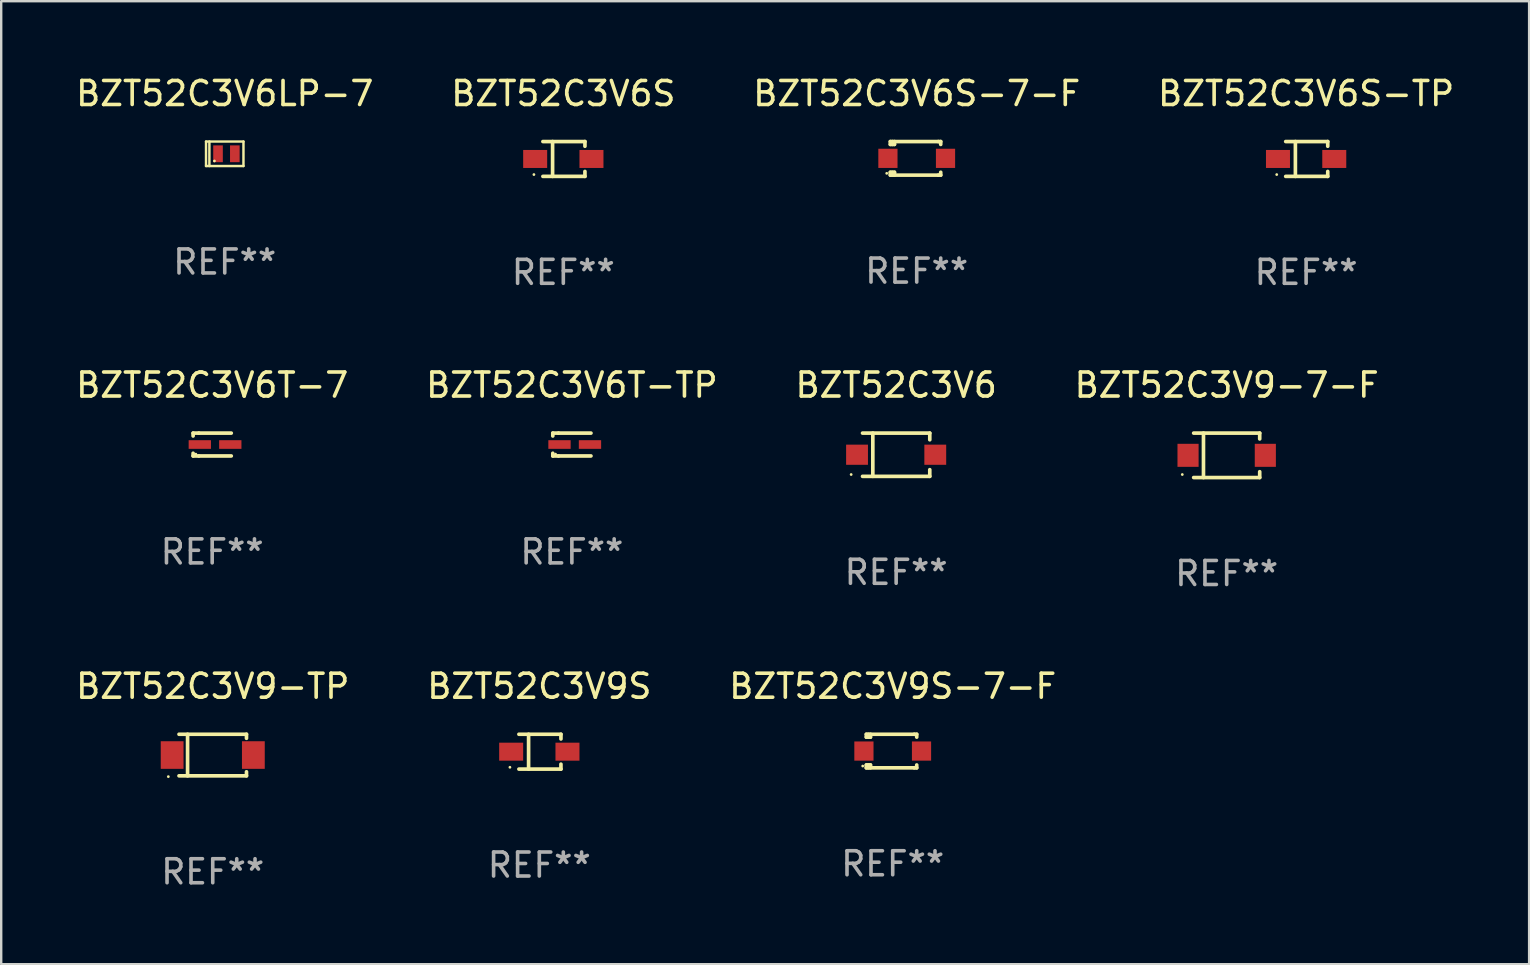
<source format=kicad_pcb>
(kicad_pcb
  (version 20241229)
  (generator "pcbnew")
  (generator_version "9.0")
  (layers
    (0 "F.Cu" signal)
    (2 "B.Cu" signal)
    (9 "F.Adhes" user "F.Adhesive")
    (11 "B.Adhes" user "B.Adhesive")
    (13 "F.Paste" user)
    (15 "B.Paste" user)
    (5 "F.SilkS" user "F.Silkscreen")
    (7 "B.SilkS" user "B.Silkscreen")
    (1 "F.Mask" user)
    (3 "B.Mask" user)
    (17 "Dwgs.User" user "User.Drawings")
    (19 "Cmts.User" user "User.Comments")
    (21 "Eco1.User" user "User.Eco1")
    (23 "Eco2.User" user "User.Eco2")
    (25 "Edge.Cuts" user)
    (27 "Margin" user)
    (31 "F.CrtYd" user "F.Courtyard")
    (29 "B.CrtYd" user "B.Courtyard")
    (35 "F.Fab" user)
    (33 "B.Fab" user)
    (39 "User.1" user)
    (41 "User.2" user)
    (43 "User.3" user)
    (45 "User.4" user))
  (footprint "BZT52C3V9S-7-F"
    (layer "F.Cu")
    (at 34.149 28.246)
    (property "Reference" "BZT52C3V9S-7-F" (at 0 -2.7 0) (layer "F.SilkS") (effects (font (size 1 1) (thickness 0.15))))
    (attr through_hole)
    (fp_line (start -1.1 -0.7) (end -1.1 -0.58) (stroke (width 0.152) (type solid)) (layer "F.SilkS"))
    (fp_line (start -1.1 0.58) (end -1.1 0.7) (stroke (width 0.152) (type solid)) (layer "F.SilkS"))
    (fp_line (start -1.1 0.58) (end -0.927 0.58) (stroke (width 0.152) (type solid)) (layer "F.SilkS"))
    (fp_line (start -1.1 0.7) (end 0.9 0.7) (stroke (width 0.152) (type solid)) (layer "F.SilkS"))
    (fp_line (start -1.014 -0.58) (end -1.014 -0.7) (stroke (width 0.152) (type solid)) (layer "F.SilkS"))
    (fp_line (start -1.014 0.7) (end -1.014 0.58) (stroke (width 0.152) (type solid)) (layer "F.SilkS"))
    (fp_line (start -0.927 -0.7) (end -0.927 -0.58) (stroke (width 0.152) (type solid)) (layer "F.SilkS"))
    (fp_line (start -0.927 -0.58) (end -1.1 -0.58) (stroke (width 0.152) (type solid)) (layer "F.SilkS"))
    (fp_line (start -0.927 0.58) (end -0.927 0.7) (stroke (width 0.152) (type solid)) (layer "F.SilkS"))
    (fp_line (start 0.9 -0.7) (end -1.1 -0.7) (stroke (width 0.152) (type solid)) (layer "F.SilkS"))
    (fp_line (start 0.9 0.7) (end 1 0.7) (stroke (width 0.152) (type solid)) (layer "F.SilkS"))
    (fp_line (start 1 -0.7) (end 0.9 -0.7) (stroke (width 0.152) (type solid)) (layer "F.SilkS"))
    (fp_line (start 1 -0.58) (end 1 -0.7) (stroke (width 0.152) (type solid)) (layer "F.SilkS"))
    (fp_line (start 1 0.7) (end 1 0.58) (stroke (width 0.152) (type solid)) (layer "F.SilkS"))
    (fp_circle (center -1.25 0.625) (end -1.22 0.625) (stroke (width 0.06) (type solid)) (fill no) (layer "F.SilkS"))
    (fp_text user "REF**" (at 0 4.7 0) (layer "F.Fab") (effects (font (size 1 1) (thickness 0.15))))
    (pad "1" smd rect (at -1.2 0) (size 0.8 0.8) (layers "F.Cu" "F.Mask" "F.Paste"))
    (pad "2" smd rect (at 1.2 0) (size 0.8 0.8) (layers "F.Cu" "F.Mask" "F.Paste")))
  (footprint "BZT52C3V6"
    (layer "F.Cu")
    (at 34.292 15.898)
    (property "Reference" "BZT52C3V6" (at 0 -2.901 0) (layer "F.SilkS") (effects (font (size 1 1) (thickness 0.15))))
    (attr through_hole)
    (fp_line (start -1.401 -0.901) (end 1.401 -0.901) (stroke (width 0.152) (type solid)) (layer "F.SilkS"))
    (fp_line (start -1.401 0.901) (end 1.401 0.901) (stroke (width 0.152) (type solid)) (layer "F.SilkS"))
    (fp_line (start -0.972 -0.901) (end -0.972 0.901) (stroke (width 0.152) (type solid)) (layer "F.SilkS"))
    (fp_line (start 1.401 -0.901) (end 1.401 -0.623) (stroke (width 0.152) (type solid)) (layer "F.SilkS"))
    (fp_line (start 1.401 0.901) (end 1.401 0.623) (stroke (width 0.152) (type solid)) (layer "F.SilkS"))
    (fp_circle (center -1.875 0.825) (end -1.845 0.825) (stroke (width 0.06) (type solid)) (fill no) (layer "F.SilkS"))
    (fp_text user "REF**" (at 0 4.901 0) (layer "F.Fab") (effects (font (size 1 1) (thickness 0.15))))
    (pad "1" smd rect (at -1.63 0 180) (size 0.91 0.84) (layers "F.Cu" "F.Mask" "F.Paste"))
    (pad "2" smd rect (at 1.63 0 180) (size 0.91 0.84) (layers "F.Cu" "F.Mask" "F.Paste")))
  (footprint "BZT52C3V9S"
    (layer "F.Cu")
    (at 19.423 28.272)
    (property "Reference" "BZT52C3V9S" (at 0 -2.726 0) (layer "F.SilkS") (effects (font (size 1 1) (thickness 0.15))))
    (attr through_hole)
    (fp_line (start -0.851 -0.726) (end 0.901 -0.726) (stroke (width 0.152) (type solid)) (layer "F.SilkS"))
    (fp_line (start -0.851 0.726) (end 0.901 0.726) (stroke (width 0.152) (type solid)) (layer "F.SilkS"))
    (fp_line (start -0.447 -0.726) (end -0.447 0.726) (stroke (width 0.152) (type solid)) (layer "F.SilkS"))
    (fp_line (start 0.901 -0.726) (end 0.901 -0.53) (stroke (width 0.152) (type solid)) (layer "F.SilkS"))
    (fp_line (start 0.901 0.726) (end 0.901 0.52) (stroke (width 0.152) (type solid)) (layer "F.SilkS"))
    (fp_circle (center -1.225 0.65) (end -1.195 0.65) (stroke (width 0.06) (type solid)) (fill no) (layer "F.SilkS"))
    (fp_text user "REF**" (at 0 4.726 0) (layer "F.Fab") (effects (font (size 1 1) (thickness 0.15))))
    (pad "1" smd rect (at -1.173 0) (size 1 0.75) (layers "F.Cu" "F.Mask" "F.Paste"))
    (pad "2" smd rect (at 1.173 0) (size 1 0.75) (layers "F.Cu" "F.Mask" "F.Paste")))
  (footprint "BZT52C3V6S"
    (layer "F.Cu")
    (at 20.423 3.574)
    (property "Reference" "BZT52C3V6S" (at 0 -2.726 0) (layer "F.SilkS") (effects (font (size 1 1) (thickness 0.15))))
    (attr through_hole)
    (fp_line (start -0.851 -0.726) (end 0.901 -0.726) (stroke (width 0.152) (type solid)) (layer "F.SilkS"))
    (fp_line (start -0.851 0.726) (end 0.901 0.726) (stroke (width 0.152) (type solid)) (layer "F.SilkS"))
    (fp_line (start -0.447 -0.726) (end -0.447 0.726) (stroke (width 0.152) (type solid)) (layer "F.SilkS"))
    (fp_line (start 0.901 -0.726) (end 0.901 -0.53) (stroke (width 0.152) (type solid)) (layer "F.SilkS"))
    (fp_line (start 0.901 0.726) (end 0.901 0.52) (stroke (width 0.152) (type solid)) (layer "F.SilkS"))
    (fp_circle (center -1.225 0.65) (end -1.195 0.65) (stroke (width 0.06) (type solid)) (fill no) (layer "F.SilkS"))
    (fp_text user "REF**" (at 0 4.726 0) (layer "F.Fab") (effects (font (size 1 1) (thickness 0.15))))
    (pad "1" smd rect (at -1.173 0) (size 1 0.75) (layers "F.Cu" "F.Mask" "F.Paste"))
    (pad "2" smd rect (at 1.173 0) (size 1 0.75) (layers "F.Cu" "F.Mask" "F.Paste")))
  (footprint "BZT52C3V6S-7-F"
    (layer "F.Cu")
    (at 35.149 3.548)
    (property "Reference" "BZT52C3V6S-7-F" (at 0 -2.7 0) (layer "F.SilkS") (effects (font (size 1 1) (thickness 0.15))))
    (attr through_hole)
    (fp_line (start -1.1 -0.7) (end -1.1 -0.58) (stroke (width 0.152) (type solid)) (layer "F.SilkS"))
    (fp_line (start -1.1 0.58) (end -1.1 0.7) (stroke (width 0.152) (type solid)) (layer "F.SilkS"))
    (fp_line (start -1.1 0.58) (end -0.927 0.58) (stroke (width 0.152) (type solid)) (layer "F.SilkS"))
    (fp_line (start -1.1 0.7) (end 0.9 0.7) (stroke (width 0.152) (type solid)) (layer "F.SilkS"))
    (fp_line (start -1.014 -0.58) (end -1.014 -0.7) (stroke (width 0.152) (type solid)) (layer "F.SilkS"))
    (fp_line (start -1.014 0.7) (end -1.014 0.58) (stroke (width 0.152) (type solid)) (layer "F.SilkS"))
    (fp_line (start -0.927 -0.7) (end -0.927 -0.58) (stroke (width 0.152) (type solid)) (layer "F.SilkS"))
    (fp_line (start -0.927 -0.58) (end -1.1 -0.58) (stroke (width 0.152) (type solid)) (layer "F.SilkS"))
    (fp_line (start -0.927 0.58) (end -0.927 0.7) (stroke (width 0.152) (type solid)) (layer "F.SilkS"))
    (fp_line (start 0.9 -0.7) (end -1.1 -0.7) (stroke (width 0.152) (type solid)) (layer "F.SilkS"))
    (fp_line (start 0.9 0.7) (end 1 0.7) (stroke (width 0.152) (type solid)) (layer "F.SilkS"))
    (fp_line (start 1 -0.7) (end 0.9 -0.7) (stroke (width 0.152) (type solid)) (layer "F.SilkS"))
    (fp_line (start 1 -0.58) (end 1 -0.7) (stroke (width 0.152) (type solid)) (layer "F.SilkS"))
    (fp_line (start 1 0.7) (end 1 0.58) (stroke (width 0.152) (type solid)) (layer "F.SilkS"))
    (fp_circle (center -1.25 0.625) (end -1.22 0.625) (stroke (width 0.06) (type solid)) (fill no) (layer "F.SilkS"))
    (fp_text user "REF**" (at 0 4.7 0) (layer "F.Fab") (effects (font (size 1 1) (thickness 0.15))))
    (pad "1" smd rect (at -1.2 0) (size 0.8 0.8) (layers "F.Cu" "F.Mask" "F.Paste"))
    (pad "2" smd rect (at 1.2 0) (size 0.8 0.8) (layers "F.Cu" "F.Mask" "F.Paste")))
  (footprint "BZT52C3V6T-7"
    (layer "F.Cu")
    (at 5.792 15.473)
    (property "Reference" "BZT52C3V6T-7" (at 0 -2.476 0) (layer "F.SilkS") (effects (font (size 1 1) (thickness 0.15))))
    (attr through_hole)
    (fp_line (start -0.795 -0.476) (end -0.795 -0.356) (stroke (width 0.152) (type solid)) (layer "F.SilkS"))
    (fp_line (start -0.795 0.363) (end -0.795 0.476) (stroke (width 0.152) (type solid)) (layer "F.SilkS"))
    (fp_line (start -0.795 0.476) (end -0.557 0.476) (stroke (width 0.152) (type solid)) (layer "F.SilkS"))
    (fp_line (start -0.557 -0.476) (end -0.795 -0.476) (stroke (width 0.152) (type solid)) (layer "F.SilkS"))
    (fp_line (start -0.557 -0.476) (end 0.795 -0.476) (stroke (width 0.152) (type solid)) (layer "F.SilkS"))
    (fp_line (start -0.557 0.476) (end 0.795 0.476) (stroke (width 0.152) (type solid)) (layer "F.SilkS"))
    (fp_circle (center -0.681 0.4) (end -0.651 0.4) (stroke (width 0.06) (type solid)) (fill no) (layer "F.SilkS"))
    (fp_text user "REF**" (at 0 4.476 0) (layer "F.Fab") (effects (font (size 1 1) (thickness 0.15))))
    (pad "1" smd rect (at -0.516 0 180) (size 0.93 0.36) (layers "F.Cu" "F.Mask" "F.Paste"))
    (pad "2" smd rect (at 0.754 0 180) (size 0.93 0.36) (layers "F.Cu" "F.Mask" "F.Paste")))
  (footprint "BZT52C3V9-TP"
    (layer "F.Cu")
    (at 5.815 28.412)
    (property "Reference" "BZT52C3V9-TP" (at 0 -2.866 0) (layer "F.SilkS") (effects (font (size 1 1) (thickness 0.15))))
    (attr through_hole)
    (fp_line (start -1.406 -0.866) (end 1.406 -0.866) (stroke (width 0.152) (type solid)) (layer "F.SilkS"))
    (fp_line (start -1.406 0.866) (end 1.406 0.866) (stroke (width 0.152) (type solid)) (layer "F.SilkS"))
    (fp_line (start -1.049 -0.866) (end -1.049 0.866) (stroke (width 0.152) (type solid)) (layer "F.SilkS"))
    (fp_line (start 1.406 -0.866) (end 1.406 -0.698) (stroke (width 0.152) (type solid)) (layer "F.SilkS"))
    (fp_line (start 1.406 0.866) (end 1.406 0.698) (stroke (width 0.152) (type solid)) (layer "F.SilkS"))
    (fp_circle (center -1.851 0.9) (end -1.821 0.9) (stroke (width 0.06) (type solid)) (fill no) (layer "F.SilkS"))
    (fp_text user "REF**" (at 0 4.866 0) (layer "F.Fab") (effects (font (size 1 1) (thickness 0.15))))
    (pad "1" smd rect (at -1.692 0) (size 0.95 1.15) (layers "F.Cu" "F.Mask" "F.Paste"))
    (pad "2" smd rect (at 1.692 0) (size 0.95 1.15) (layers "F.Cu" "F.Mask" "F.Paste")))
  (footprint "BZT52C3V9-7-F"
    (layer "F.Cu")
    (at 48.065 15.923)
    (property "Reference" "BZT52C3V9-7-F" (at 0 -2.926 0) (layer "F.SilkS") (effects (font (size 1 1) (thickness 0.15))))
    (attr through_hole)
    (fp_line (start -1.376 -0.926) (end 1.376 -0.926) (stroke (width 0.152) (type solid)) (layer "F.SilkS"))
    (fp_line (start -1.376 0.926) (end 1.376 0.926) (stroke (width 0.152) (type solid)) (layer "F.SilkS"))
    (fp_line (start -0.967 -0.926) (end -0.967 0.926) (stroke (width 0.152) (type solid)) (layer "F.SilkS"))
    (fp_line (start 1.376 -0.926) (end 1.376 -0.683) (stroke (width 0.152) (type solid)) (layer "F.SilkS"))
    (fp_line (start 1.376 0.926) (end 1.376 0.683) (stroke (width 0.152) (type solid)) (layer "F.SilkS"))
    (fp_circle (center -1.85 0.8) (end -1.82 0.8) (stroke (width 0.06) (type solid)) (fill no) (layer "F.SilkS"))
    (fp_text user "REF**" (at 0 4.926 0) (layer "F.Fab") (effects (font (size 1 1) (thickness 0.15))))
    (pad "1" smd rect (at -1.61 0) (size 0.88 0.96) (layers "F.Cu" "F.Mask" "F.Paste"))
    (pad "2" smd rect (at 1.61 0) (size 0.88 0.96) (layers "F.Cu" "F.Mask" "F.Paste")))
  (footprint "BZT52C3V6T-TP"
    (layer "F.Cu")
    (at 20.78 15.473)
    (property "Reference" "BZT52C3V6T-TP" (at 0 -2.476 0) (layer "F.SilkS") (effects (font (size 1 1) (thickness 0.15))))
    (attr through_hole)
    (fp_line (start -0.795 -0.476) (end -0.795 -0.356) (stroke (width 0.152) (type solid)) (layer "F.SilkS"))
    (fp_line (start -0.795 0.363) (end -0.795 0.476) (stroke (width 0.152) (type solid)) (layer "F.SilkS"))
    (fp_line (start -0.795 0.476) (end -0.557 0.476) (stroke (width 0.152) (type solid)) (layer "F.SilkS"))
    (fp_line (start -0.557 -0.476) (end -0.795 -0.476) (stroke (width 0.152) (type solid)) (layer "F.SilkS"))
    (fp_line (start -0.557 -0.476) (end 0.795 -0.476) (stroke (width 0.152) (type solid)) (layer "F.SilkS"))
    (fp_line (start -0.557 0.476) (end 0.795 0.476) (stroke (width 0.152) (type solid)) (layer "F.SilkS"))
    (fp_circle (center -0.681 0.4) (end -0.651 0.4) (stroke (width 0.06) (type solid)) (fill no) (layer "F.SilkS"))
    (fp_text user "REF**" (at 0 4.476 0) (layer "F.Fab") (effects (font (size 1 1) (thickness 0.15))))
    (pad "1" smd rect (at -0.516 0 180) (size 0.93 0.36) (layers "F.Cu" "F.Mask" "F.Paste"))
    (pad "2" smd rect (at 0.754 0 180) (size 0.93 0.36) (layers "F.Cu" "F.Mask" "F.Paste")))
  (footprint "BZT52C3V6S-TP"
    (layer "F.Cu")
    (at 51.375 3.574)
    (property "Reference" "BZT52C3V6S-TP" (at 0 -2.726 0) (layer "F.SilkS") (effects (font (size 1 1) (thickness 0.15))))
    (attr through_hole)
    (fp_line (start -0.851 -0.726) (end 0.901 -0.726) (stroke (width 0.152) (type solid)) (layer "F.SilkS"))
    (fp_line (start -0.851 0.726) (end 0.901 0.726) (stroke (width 0.152) (type solid)) (layer "F.SilkS"))
    (fp_line (start -0.447 -0.726) (end -0.447 0.726) (stroke (width 0.152) (type solid)) (layer "F.SilkS"))
    (fp_line (start 0.901 -0.726) (end 0.901 -0.53) (stroke (width 0.152) (type solid)) (layer "F.SilkS"))
    (fp_line (start 0.901 0.726) (end 0.901 0.52) (stroke (width 0.152) (type solid)) (layer "F.SilkS"))
    (fp_circle (center -1.225 0.65) (end -1.195 0.65) (stroke (width 0.06) (type solid)) (fill no) (layer "F.SilkS"))
    (fp_text user "REF**" (at 0 4.726 0) (layer "F.Fab") (effects (font (size 1 1) (thickness 0.15))))
    (pad "1" smd rect (at -1.173 0) (size 1 0.75) (layers "F.Cu" "F.Mask" "F.Paste"))
    (pad "2" smd rect (at 1.173 0) (size 1 0.75) (layers "F.Cu" "F.Mask" "F.Paste")))
  (footprint "BZT52C3V6LP-7"
    (layer "F.Cu")
    (at 6.315 3.358)
    (property "Reference" "BZT52C3V6LP-7" (at 0 -2.51 0) (layer "F.SilkS") (effects (font (size 1 1) (thickness 0.15))))
    (attr through_hole)
    (fp_line (start -0.78 -0.51) (end -0.78 0.51) (stroke (width 0.102) (type solid)) (layer "F.SilkS"))
    (fp_line (start -0.78 -0.51) (end 0.78 -0.51) (stroke (width 0.102) (type solid)) (layer "F.SilkS"))
    (fp_line (start -0.78 0.51) (end 0.78 0.51) (stroke (width 0.102) (type solid)) (layer "F.SilkS"))
    (fp_line (start -0.64 -0.51) (end -0.64 0.51) (stroke (width 0.102) (type solid)) (layer "F.SilkS"))
    (fp_line (start 0.78 -0.51) (end 0.78 0.51) (stroke (width 0.102) (type solid)) (layer "F.SilkS"))
    (fp_circle (center -0.43 0.3) (end -0.4 0.3) (stroke (width 0.06) (type solid)) (fill no) (layer "F.SilkS"))
    (fp_text user "REF**" (at 0 4.51 0) (layer "F.Fab") (effects (font (size 1 1) (thickness 0.15))))
    (pad "1" smd rect (at -0.28 0) (size 0.4 0.7) (layers "F.Cu" "F.Mask" "F.Paste"))
    (pad "2" smd rect (at 0.42 0) (size 0.4 0.7) (layers "F.Cu" "F.Mask" "F.Paste")))
  (gr_rect
    (start -3 -3)
    (end 60.667 37.127)
    (stroke (width 0.1) (type default))
    (fill no)
    (layer "Edge.Cuts")))
</source>
